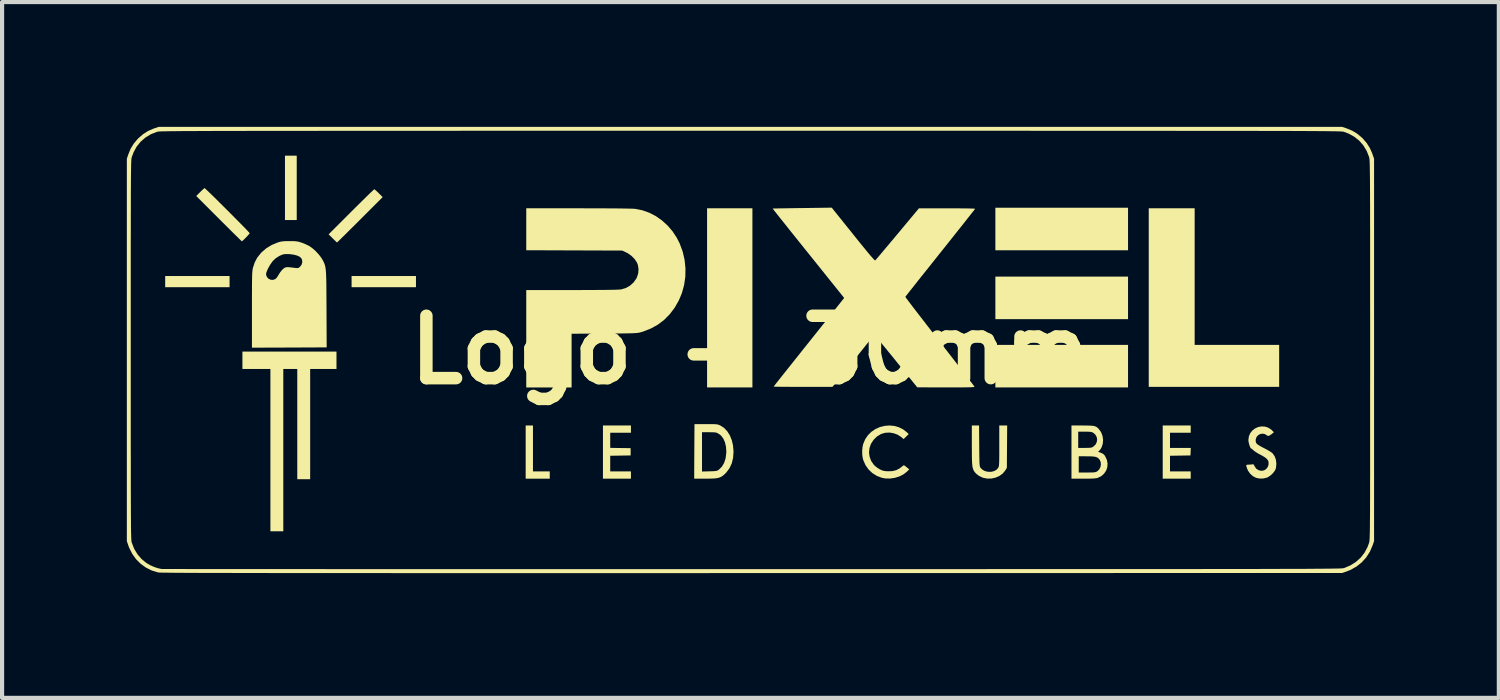
<source format=kicad_pcb>
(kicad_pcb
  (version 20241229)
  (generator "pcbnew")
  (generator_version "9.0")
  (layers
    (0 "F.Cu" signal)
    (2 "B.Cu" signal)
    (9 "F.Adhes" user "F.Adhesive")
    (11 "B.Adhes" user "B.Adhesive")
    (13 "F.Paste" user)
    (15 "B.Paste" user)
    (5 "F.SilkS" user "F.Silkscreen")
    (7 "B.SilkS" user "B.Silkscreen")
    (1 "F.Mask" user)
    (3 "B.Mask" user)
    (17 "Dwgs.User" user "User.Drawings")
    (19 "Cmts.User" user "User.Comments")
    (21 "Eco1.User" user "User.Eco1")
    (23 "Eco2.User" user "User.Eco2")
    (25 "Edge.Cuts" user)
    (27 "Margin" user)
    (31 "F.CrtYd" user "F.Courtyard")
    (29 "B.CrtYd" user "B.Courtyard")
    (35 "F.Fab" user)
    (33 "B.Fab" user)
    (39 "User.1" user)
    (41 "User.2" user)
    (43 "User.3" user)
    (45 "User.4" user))
  (footprint "Logo - 30mm"
    (layer "F.Cu")
    (at 14.988 5.364)
    (property "Reference" "Logo - 30mm" (at 0 0 0) (layer "F.SilkS") (effects (font (size 1.5 1.5) (thickness 0.3))))
    (attr board_only exclude_from_pos_files exclude_from_bom)
    (fp_poly (pts (xy -12.518 -1.642) (xy -12.518 -1.508) (xy -13.292 -1.508) (xy -14.066 -1.508) (xy -14.066 -1.642) (xy -14.066 -1.777) (xy -13.292 -1.777) (xy -12.518 -1.777)) (stroke (width 0) (type solid)) (fill yes) (layer "F.SilkS"))
    (fp_poly (pts (xy -10.903 -3.897) (xy -10.903 -3.123) (xy -11.044 -3.123) (xy -11.186 -3.123) (xy -11.186 -3.897) (xy -11.186 -4.671) (xy -11.044 -4.671) (xy -10.903 -4.671)) (stroke (width 0) (type solid)) (fill yes) (layer "F.SilkS"))
    (fp_poly (pts (xy -8.036 -1.642) (xy -8.036 -1.508) (xy -8.81 -1.508) (xy -9.584 -1.508) (xy -9.584 -1.642) (xy -9.584 -1.777) (xy -8.81 -1.777) (xy -8.036 -1.777)) (stroke (width 0) (type solid)) (fill yes) (layer "F.SilkS"))
    (fp_poly (pts (xy 0.054 -1.252) (xy 0.054 0.902) (xy -0.491 0.902) (xy -1.036 0.902) (xy -1.036 -1.252) (xy -1.036 -3.406) (xy -0.491 -3.406) (xy 0.054 -3.406)) (stroke (width 0) (type solid)) (fill yes) (layer "F.SilkS"))
    (fp_poly (pts (xy 9.086 -2.907) (xy 9.086 -2.396) (xy 7.491 -2.396) (xy 5.896 -2.396) (xy 5.896 -2.907) (xy 5.896 -3.419) (xy 7.491 -3.419) (xy 9.086 -3.419)) (stroke (width 0) (type solid)) (fill yes) (layer "F.SilkS"))
    (fp_poly (pts (xy 9.086 -1.252) (xy 9.086 -0.74) (xy 7.491 -0.74) (xy 5.896 -0.74) (xy 5.896 -1.252) (xy 5.896 -1.763) (xy 7.491 -1.763) (xy 9.086 -1.763)) (stroke (width 0) (type solid)) (fill yes) (layer "F.SilkS"))
    (fp_poly (pts (xy 9.086 0.39) (xy 9.086 0.902) (xy 7.491 0.902) (xy 5.896 0.902) (xy 5.896 0.39) (xy 5.896 -0.121) (xy 7.491 -0.121) (xy 9.086 -0.121)) (stroke (width 0) (type solid)) (fill yes) (layer "F.SilkS"))
    (fp_poly (pts (xy -5.223 2.369) (xy -5.223 2.921) (xy -5.021 2.921) (xy -4.819 2.921) (xy -4.819 3.008) (xy -4.819 3.096) (xy -5.108 3.096) (xy -5.398 3.096) (xy -5.398 2.457) (xy -5.398 1.817) (xy -5.31 1.817) (xy -5.223 1.817)) (stroke (width 0) (type solid)) (fill yes) (layer "F.SilkS"))
    (fp_poly (pts (xy 10.688 -1.763) (xy 10.688 -0.121) (xy 11.704 -0.121) (xy 12.72 -0.121) (xy 12.72 0.384) (xy 12.72 0.888) (xy 11.152 0.888) (xy 9.584 0.888) (xy 9.584 -1.259) (xy 9.584 -3.406) (xy 10.136 -3.406) (xy 10.688 -3.406)) (stroke (width 0) (type solid)) (fill yes) (layer "F.SilkS"))
    (fp_poly (pts (xy -9.947 0.249) (xy -9.947 0.458) (xy -10.264 0.458) (xy -10.58 0.458) (xy -10.58 1.784) (xy -10.58 3.109) (xy -10.735 3.109) (xy -10.89 3.109) (xy -10.89 1.784) (xy -10.89 0.458) (xy -11.058 0.458) (xy -11.226 0.458) (xy -11.226 2.409) (xy -11.226 4.361) (xy -11.381 4.361) (xy -11.536 4.361) (xy -11.536 2.409) (xy -11.536 0.458) (xy -11.872 0.458) (xy -12.209 0.458) (xy -12.209 0.249) (xy -12.209 0.04) (xy -11.078 0.04) (xy -9.947 0.04)) (stroke (width 0) (type solid)) (fill yes) (layer "F.SilkS"))
    (fp_poly (pts (xy -2.867 1.905) (xy -2.867 1.992) (xy -3.116 1.992) (xy -3.365 1.992) (xy -3.365 2.174) (xy -3.365 2.355) (xy -3.119 2.359) (xy -2.874 2.362) (xy -2.874 2.45) (xy -2.874 2.537) (xy -3.119 2.541) (xy -3.365 2.545) (xy -3.365 2.733) (xy -3.365 2.921) (xy -3.116 2.921) (xy -2.867 2.921) (xy -2.867 3.008) (xy -2.867 3.096) (xy -3.204 3.096) (xy -3.54 3.096) (xy -3.54 2.457) (xy -3.54 1.817) (xy -3.204 1.817) (xy -2.867 1.817)) (stroke (width 0) (type solid)) (fill yes) (layer "F.SilkS"))
    (fp_poly (pts (xy 10.593 1.905) (xy 10.593 1.992) (xy 10.344 1.992) (xy 10.095 1.992) (xy 10.095 2.174) (xy 10.095 2.356) (xy 10.345 2.356) (xy 10.595 2.356) (xy 10.591 2.446) (xy 10.587 2.537) (xy 10.341 2.541) (xy 10.095 2.545) (xy 10.095 2.733) (xy 10.095 2.921) (xy 10.344 2.921) (xy 10.593 2.921) (xy 10.593 3.008) (xy 10.593 3.096) (xy 10.257 3.096) (xy 9.92 3.096) (xy 9.92 2.457) (xy 9.92 1.817) (xy 10.257 1.817) (xy 10.593 1.817)) (stroke (width 0) (type solid)) (fill yes) (layer "F.SilkS"))
    (fp_poly (pts (xy -9.024 -3.854) (xy -8.995 -3.83) (xy -8.957 -3.795) (xy -8.931 -3.769) (xy -8.837 -3.674) (xy -9.382 -3.129) (xy -9.482 -3.029) (xy -9.577 -2.935) (xy -9.664 -2.849) (xy -9.741 -2.772) (xy -9.808 -2.706) (xy -9.863 -2.652) (xy -9.903 -2.613) (xy -9.927 -2.59) (xy -9.934 -2.584) (xy -9.946 -2.593) (xy -9.972 -2.618) (xy -10.009 -2.653) (xy -10.038 -2.682) (xy -10.136 -2.78) (xy -9.594 -3.322) (xy -9.494 -3.421) (xy -9.399 -3.515) (xy -9.312 -3.601) (xy -9.234 -3.678) (xy -9.166 -3.744) (xy -9.111 -3.797) (xy -9.07 -3.835) (xy -9.046 -3.858) (xy -9.038 -3.863)) (stroke (width 0) (type solid)) (fill yes) (layer "F.SilkS"))
    (fp_poly (pts (xy -13.106 -3.881) (xy -13.077 -3.854) (xy -13.033 -3.813) (xy -12.977 -3.759) (xy -12.91 -3.694) (xy -12.835 -3.62) (xy -12.754 -3.539) (xy -12.668 -3.454) (xy -12.58 -3.366) (xy -12.492 -3.278) (xy -12.406 -3.191) (xy -12.324 -3.109) (xy -12.248 -3.032) (xy -12.18 -2.963) (xy -12.123 -2.904) (xy -12.078 -2.857) (xy -12.048 -2.824) (xy -12.034 -2.807) (xy -12.034 -2.806) (xy -12.043 -2.792) (xy -12.066 -2.765) (xy -12.098 -2.73) (xy -12.135 -2.692) (xy -12.171 -2.656) (xy -12.201 -2.628) (xy -12.219 -2.613) (xy -12.223 -2.611) (xy -12.233 -2.621) (xy -12.261 -2.647) (xy -12.304 -2.69) (xy -12.361 -2.746) (xy -12.431 -2.814) (xy -12.511 -2.894) (xy -12.599 -2.982) (xy -12.695 -3.077) (xy -12.774 -3.156) (xy -13.319 -3.701) (xy -13.225 -3.796) (xy -13.184 -3.836) (xy -13.149 -3.868) (xy -13.125 -3.887) (xy -13.118 -3.89)) (stroke (width 0) (type solid)) (fill yes) (layer "F.SilkS"))
    (fp_poly (pts (xy 5.508 2.308) (xy 5.509 2.436) (xy 5.51 2.54) (xy 5.512 2.622) (xy 5.513 2.686) (xy 5.515 2.734) (xy 5.518 2.77) (xy 5.522 2.795) (xy 5.527 2.812) (xy 5.533 2.825) (xy 5.54 2.836) (xy 5.54 2.836) (xy 5.59 2.884) (xy 5.653 2.916) (xy 5.724 2.931) (xy 5.797 2.931) (xy 5.865 2.914) (xy 5.924 2.881) (xy 5.963 2.836) (xy 5.97 2.824) (xy 5.976 2.809) (xy 5.98 2.789) (xy 5.984 2.762) (xy 5.986 2.724) (xy 5.988 2.672) (xy 5.989 2.605) (xy 5.99 2.518) (xy 5.99 2.41) (xy 5.99 2.305) (xy 5.99 1.817) (xy 6.085 1.817) (xy 6.18 1.817) (xy 6.176 2.326) (xy 6.172 2.836) (xy 6.131 2.902) (xy 6.072 2.973) (xy 5.994 3.03) (xy 5.903 3.07) (xy 5.805 3.092) (xy 5.703 3.094) (xy 5.603 3.075) (xy 5.591 3.071) (xy 5.503 3.03) (xy 5.43 2.973) (xy 5.397 2.933) (xy 5.38 2.908) (xy 5.367 2.883) (xy 5.356 2.853) (xy 5.347 2.818) (xy 5.341 2.773) (xy 5.336 2.716) (xy 5.333 2.644) (xy 5.331 2.553) (xy 5.331 2.442) (xy 5.33 2.308) (xy 5.33 2.293) (xy 5.33 1.817) (xy 5.417 1.817) (xy 5.504 1.817)) (stroke (width 0) (type solid)) (fill yes) (layer "F.SilkS"))
    (fp_poly (pts (xy -0.971 1.784) (xy -0.9 1.784) (xy -0.848 1.786) (xy -0.809 1.789) (xy -0.78 1.793) (xy -0.756 1.801) (xy -0.732 1.811) (xy -0.711 1.821) (xy -0.625 1.878) (xy -0.55 1.957) (xy -0.489 2.054) (xy -0.443 2.167) (xy -0.413 2.293) (xy -0.401 2.428) (xy -0.4 2.45) (xy -0.411 2.597) (xy -0.443 2.729) (xy -0.497 2.844) (xy -0.572 2.945) (xy -0.608 2.982) (xy -0.648 3.017) (xy -0.686 3.044) (xy -0.726 3.064) (xy -0.772 3.078) (xy -0.828 3.088) (xy -0.899 3.093) (xy -0.989 3.095) (xy -1.086 3.096) (xy -1.346 3.096) (xy -1.343 2.451) (xy -1.158 2.451) (xy -1.158 2.924) (xy -0.978 2.919) (xy -0.905 2.917) (xy -0.853 2.914) (xy -0.818 2.91) (xy -0.792 2.903) (xy -0.771 2.892) (xy -0.75 2.877) (xy -0.748 2.875) (xy -0.678 2.805) (xy -0.626 2.716) (xy -0.591 2.609) (xy -0.575 2.485) (xy -0.573 2.443) (xy -0.582 2.324) (xy -0.607 2.218) (xy -0.647 2.129) (xy -0.702 2.058) (xy -0.767 2.01) (xy -0.795 1.996) (xy -0.823 1.987) (xy -0.858 1.982) (xy -0.907 1.98) (xy -0.974 1.979) (xy -0.991 1.979) (xy -1.158 1.979) (xy -1.158 2.451) (xy -1.343 2.451) (xy -1.343 2.44) (xy -1.339 1.784) (xy -1.063 1.784)) (stroke (width 0) (type solid)) (fill yes) (layer "F.SilkS"))
    (fp_poly (pts (xy 3.465 1.828) (xy 3.578 1.86) (xy 3.684 1.914) (xy 3.774 1.986) (xy 3.812 2.023) (xy 3.751 2.084) (xy 3.69 2.144) (xy 3.633 2.095) (xy 3.549 2.04) (xy 3.453 2.004) (xy 3.351 1.987) (xy 3.249 1.992) (xy 3.154 2.019) (xy 3.146 2.023) (xy 3.048 2.082) (xy 2.967 2.162) (xy 2.904 2.259) (xy 2.904 2.259) (xy 2.869 2.361) (xy 2.858 2.466) (xy 2.872 2.57) (xy 2.91 2.67) (xy 2.972 2.76) (xy 2.98 2.769) (xy 3.018 2.804) (xy 3.069 2.841) (xy 3.112 2.868) (xy 3.161 2.892) (xy 3.203 2.906) (xy 3.251 2.914) (xy 3.311 2.918) (xy 3.42 2.914) (xy 3.513 2.891) (xy 3.595 2.848) (xy 3.631 2.82) (xy 3.663 2.794) (xy 3.688 2.777) (xy 3.696 2.773) (xy 3.711 2.781) (xy 3.739 2.801) (xy 3.765 2.822) (xy 3.825 2.871) (xy 3.775 2.922) (xy 3.691 2.989) (xy 3.591 3.041) (xy 3.479 3.076) (xy 3.362 3.093) (xy 3.246 3.09) (xy 3.167 3.075) (xy 3.046 3.029) (xy 2.938 2.961) (xy 2.846 2.874) (xy 2.773 2.77) (xy 2.721 2.652) (xy 2.71 2.618) (xy 2.696 2.53) (xy 2.693 2.431) (xy 2.702 2.332) (xy 2.719 2.259) (xy 2.767 2.146) (xy 2.834 2.048) (xy 2.918 1.966) (xy 3.015 1.901) (xy 3.121 1.854) (xy 3.234 1.826) (xy 3.35 1.817)) (stroke (width 0) (type solid)) (fill yes) (layer "F.SilkS"))
    (fp_poly (pts (xy -3.896 -3.405) (xy -3.682 -3.405) (xy -3.488 -3.404) (xy -3.314 -3.403) (xy -3.162 -3.402) (xy -3.032 -3.4) (xy -2.925 -3.398) (xy -2.843 -3.396) (xy -2.786 -3.394) (xy -2.759 -3.391) (xy -2.589 -3.357) (xy -2.424 -3.298) (xy -2.266 -3.216) (xy -2.119 -3.112) (xy -1.985 -2.99) (xy -1.865 -2.85) (xy -1.763 -2.694) (xy -1.695 -2.56) (xy -1.623 -2.366) (xy -1.577 -2.167) (xy -1.556 -1.964) (xy -1.559 -1.762) (xy -1.588 -1.563) (xy -1.641 -1.368) (xy -1.715 -1.191) (xy -1.816 -1.014) (xy -1.934 -0.858) (xy -2.069 -0.722) (xy -2.221 -0.607) (xy -2.389 -0.514) (xy -2.572 -0.442) (xy -2.623 -0.427) (xy -2.645 -0.421) (xy -2.668 -0.416) (xy -2.693 -0.411) (xy -2.722 -0.408) (xy -2.758 -0.405) (xy -2.804 -0.402) (xy -2.861 -0.4) (xy -2.931 -0.399) (xy -3.018 -0.397) (xy -3.123 -0.396) (xy -3.249 -0.395) (xy -3.398 -0.394) (xy -3.51 -0.394) (xy -4.294 -0.389) (xy -4.294 0.256) (xy -4.294 0.902) (xy -4.839 0.902) (xy -5.384 0.902) (xy -5.384 -0.269) (xy -5.384 -1.44) (xy -4.283 -1.44) (xy -4.044 -1.44) (xy -3.832 -1.441) (xy -3.646 -1.442) (xy -3.488 -1.443) (xy -3.356 -1.445) (xy -3.252 -1.447) (xy -3.174 -1.45) (xy -3.122 -1.453) (xy -3.102 -1.455) (xy -2.991 -1.488) (xy -2.891 -1.544) (xy -2.806 -1.62) (xy -2.739 -1.713) (xy -2.722 -1.748) (xy -2.692 -1.842) (xy -2.684 -1.942) (xy -2.699 -2.04) (xy -2.723 -2.102) (xy -2.777 -2.184) (xy -2.852 -2.26) (xy -2.942 -2.324) (xy -2.985 -2.346) (xy -3.076 -2.389) (xy -4.23 -2.393) (xy -5.384 -2.397) (xy -5.384 -2.901) (xy -5.384 -3.406) (xy -4.129 -3.406)) (stroke (width 0) (type solid)) (fill yes) (layer "F.SilkS"))
    (fp_poly (pts (xy 8.091 1.818) (xy 8.169 1.82) (xy 8.229 1.824) (xy 8.275 1.831) (xy 8.309 1.843) (xy 8.338 1.859) (xy 8.364 1.882) (xy 8.382 1.9) (xy 8.437 1.976) (xy 8.472 2.066) (xy 8.486 2.162) (xy 8.478 2.258) (xy 8.449 2.345) (xy 8.425 2.387) (xy 8.399 2.419) (xy 8.383 2.432) (xy 8.369 2.44) (xy 8.371 2.448) (xy 8.392 2.459) (xy 8.426 2.471) (xy 8.475 2.493) (xy 8.51 2.52) (xy 8.536 2.556) (xy 8.577 2.643) (xy 8.594 2.733) (xy 8.587 2.821) (xy 8.559 2.904) (xy 8.509 2.976) (xy 8.441 3.036) (xy 8.36 3.075) (xy 8.332 3.083) (xy 8.295 3.088) (xy 8.245 3.092) (xy 8.177 3.095) (xy 8.089 3.096) (xy 8.014 3.096) (xy 7.726 3.096) (xy 7.726 2.753) (xy 7.901 2.753) (xy 7.901 2.948) (xy 8.1 2.948) (xy 8.179 2.947) (xy 8.237 2.946) (xy 8.277 2.943) (xy 8.306 2.937) (xy 8.328 2.929) (xy 8.343 2.921) (xy 8.39 2.877) (xy 8.421 2.82) (xy 8.434 2.755) (xy 8.427 2.691) (xy 8.402 2.639) (xy 8.376 2.609) (xy 8.346 2.587) (xy 8.307 2.572) (xy 8.254 2.563) (xy 8.183 2.559) (xy 8.093 2.558) (xy 7.901 2.557) (xy 7.901 2.753) (xy 7.726 2.753) (xy 7.726 2.457) (xy 7.726 2.16) (xy 7.888 2.16) (xy 7.888 2.356) (xy 8.047 2.356) (xy 8.117 2.355) (xy 8.166 2.353) (xy 8.2 2.349) (xy 8.225 2.341) (xy 8.246 2.329) (xy 8.251 2.325) (xy 8.304 2.276) (xy 8.334 2.216) (xy 8.343 2.153) (xy 8.331 2.09) (xy 8.297 2.033) (xy 8.248 1.992) (xy 8.225 1.98) (xy 8.197 1.972) (xy 8.159 1.968) (xy 8.105 1.966) (xy 8.046 1.965) (xy 7.888 1.965) (xy 7.888 2.16) (xy 7.726 2.16) (xy 7.726 1.817) (xy 7.989 1.817)) (stroke (width 0) (type solid)) (fill yes) (layer "F.SilkS"))
    (fp_poly (pts (xy 12.373 1.843) (xy 12.451 1.866) (xy 12.524 1.912) (xy 12.552 1.938) (xy 12.592 1.981) (xy 12.553 2.012) (xy 12.506 2.048) (xy 12.472 2.065) (xy 12.447 2.067) (xy 12.426 2.055) (xy 12.373 2.022) (xy 12.316 2.013) (xy 12.26 2.024) (xy 12.212 2.052) (xy 12.175 2.096) (xy 12.156 2.153) (xy 12.155 2.174) (xy 12.157 2.206) (xy 12.165 2.233) (xy 12.183 2.258) (xy 12.214 2.283) (xy 12.262 2.312) (xy 12.329 2.348) (xy 12.37 2.369) (xy 12.433 2.402) (xy 12.489 2.435) (xy 12.534 2.464) (xy 12.561 2.485) (xy 12.561 2.486) (xy 12.611 2.556) (xy 12.642 2.642) (xy 12.653 2.735) (xy 12.644 2.83) (xy 12.637 2.859) (xy 12.61 2.913) (xy 12.565 2.969) (xy 12.509 3.021) (xy 12.45 3.06) (xy 12.418 3.073) (xy 12.332 3.092) (xy 12.241 3.092) (xy 12.161 3.074) (xy 12.087 3.035) (xy 12.021 2.975) (xy 11.969 2.9) (xy 11.936 2.817) (xy 11.933 2.803) (xy 11.929 2.775) (xy 11.935 2.763) (xy 11.96 2.76) (xy 11.977 2.759) (xy 12.023 2.757) (xy 12.065 2.753) (xy 12.069 2.752) (xy 12.094 2.75) (xy 12.111 2.76) (xy 12.126 2.789) (xy 12.13 2.799) (xy 12.167 2.854) (xy 12.221 2.891) (xy 12.288 2.907) (xy 12.3 2.907) (xy 12.359 2.895) (xy 12.409 2.862) (xy 12.446 2.813) (xy 12.465 2.755) (xy 12.464 2.692) (xy 12.462 2.683) (xy 12.444 2.645) (xy 12.409 2.607) (xy 12.353 2.567) (xy 12.275 2.523) (xy 12.262 2.517) (xy 12.206 2.486) (xy 12.152 2.452) (xy 12.111 2.422) (xy 12.106 2.417) (xy 12.075 2.39) (xy 12.052 2.373) (xy 12.045 2.369) (xy 12.032 2.357) (xy 12.017 2.325) (xy 12.002 2.282) (xy 11.989 2.233) (xy 11.981 2.187) (xy 11.98 2.164) (xy 11.992 2.077) (xy 12.025 2.001) (xy 12.075 1.938) (xy 12.139 1.889) (xy 12.213 1.855) (xy 12.292 1.84)) (stroke (width 0) (type solid)) (fill yes) (layer "F.SilkS"))
    (fp_poly (pts (xy -11 -2.616) (xy -10.941 -2.614) (xy -10.894 -2.608) (xy -10.851 -2.6) (xy -10.806 -2.586) (xy -10.789 -2.581) (xy -10.723 -2.556) (xy -10.655 -2.525) (xy -10.597 -2.495) (xy -10.595 -2.494) (xy -10.524 -2.443) (xy -10.449 -2.377) (xy -10.378 -2.301) (xy -10.317 -2.223) (xy -10.273 -2.151) (xy -10.273 -2.151) (xy -10.258 -2.12) (xy -10.245 -2.091) (xy -10.233 -2.063) (xy -10.224 -2.033) (xy -10.216 -1.999) (xy -10.209 -1.96) (xy -10.204 -1.912) (xy -10.199 -1.855) (xy -10.196 -1.785) (xy -10.193 -1.701) (xy -10.191 -1.601) (xy -10.19 -1.482) (xy -10.189 -1.343) (xy -10.188 -1.182) (xy -10.187 -0.995) (xy -10.187 -0.983) (xy -10.183 -0.061) (xy -11.081 -0.057) (xy -11.98 -0.054) (xy -11.98 -0.967) (xy -11.98 -1.147) (xy -11.98 -1.302) (xy -11.979 -1.434) (xy -11.979 -1.546) (xy -11.978 -1.639) (xy -11.977 -1.716) (xy -11.976 -1.779) (xy -11.974 -1.815) (xy -11.64 -1.815) (xy -11.638 -1.799) (xy -11.616 -1.748) (xy -11.577 -1.709) (xy -11.527 -1.687) (xy -11.473 -1.684) (xy -11.422 -1.702) (xy -11.41 -1.71) (xy -11.385 -1.736) (xy -11.356 -1.778) (xy -11.332 -1.819) (xy -11.298 -1.871) (xy -11.258 -1.921) (xy -11.23 -1.948) (xy -11.206 -1.967) (xy -11.183 -1.98) (xy -11.157 -1.988) (xy -11.124 -1.99) (xy -11.078 -1.988) (xy -11.015 -1.981) (xy -10.935 -1.971) (xy -10.892 -1.967) (xy -10.864 -1.972) (xy -10.838 -1.988) (xy -10.823 -2.001) (xy -10.786 -2.05) (xy -10.769 -2.107) (xy -10.775 -2.166) (xy -10.794 -2.206) (xy -10.833 -2.241) (xy -10.894 -2.269) (xy -10.971 -2.29) (xy -11.061 -2.302) (xy -11.114 -2.305) (xy -11.173 -2.305) (xy -11.216 -2.3) (xy -11.255 -2.289) (xy -11.302 -2.268) (xy -11.323 -2.258) (xy -11.406 -2.206) (xy -11.479 -2.137) (xy -11.543 -2.048) (xy -11.598 -1.947) (xy -11.623 -1.889) (xy -11.637 -1.848) (xy -11.64 -1.815) (xy -11.974 -1.815) (xy -11.974 -1.83) (xy -11.971 -1.87) (xy -11.968 -1.903) (xy -11.965 -1.93) (xy -11.961 -1.953) (xy -11.956 -1.974) (xy -11.953 -1.984) (xy -11.911 -2.109) (xy -11.852 -2.22) (xy -11.77 -2.322) (xy -11.744 -2.35) (xy -11.631 -2.447) (xy -11.504 -2.524) (xy -11.363 -2.582) (xy -11.316 -2.597) (xy -11.274 -2.606) (xy -11.229 -2.612) (xy -11.173 -2.615) (xy -11.1 -2.616) (xy -11.078 -2.616)) (stroke (width 0) (type solid)) (fill yes) (layer "F.SilkS"))
    (fp_poly (pts (xy 2.476 -2.78) (xy 2.587 -2.641) (xy 2.683 -2.522) (xy 2.765 -2.423) (xy 2.832 -2.34) (xy 2.887 -2.275) (xy 2.931 -2.225) (xy 2.964 -2.188) (xy 2.987 -2.165) (xy 3.001 -2.154) (xy 3.008 -2.153) (xy 3.019 -2.166) (xy 3.046 -2.197) (xy 3.088 -2.246) (xy 3.142 -2.309) (xy 3.206 -2.386) (xy 3.281 -2.475) (xy 3.363 -2.573) (xy 3.452 -2.678) (xy 3.542 -2.786) (xy 4.058 -3.405) (xy 4.736 -3.405) (xy 4.888 -3.405) (xy 5.024 -3.404) (xy 5.142 -3.403) (xy 5.241 -3.402) (xy 5.318 -3.4) (xy 5.373 -3.398) (xy 5.403 -3.395) (xy 5.409 -3.393) (xy 5.4 -3.381) (xy 5.376 -3.349) (xy 5.336 -3.299) (xy 5.284 -3.233) (xy 5.219 -3.151) (xy 5.144 -3.055) (xy 5.058 -2.947) (xy 4.963 -2.828) (xy 4.861 -2.699) (xy 4.752 -2.562) (xy 4.638 -2.419) (xy 4.57 -2.334) (xy 4.453 -2.187) (xy 4.341 -2.046) (xy 4.235 -1.913) (xy 4.135 -1.788) (xy 4.044 -1.674) (xy 3.963 -1.571) (xy 3.892 -1.481) (xy 3.832 -1.406) (xy 3.785 -1.346) (xy 3.752 -1.304) (xy 3.734 -1.281) (xy 3.731 -1.277) (xy 3.739 -1.265) (xy 3.761 -1.233) (xy 3.799 -1.183) (xy 3.849 -1.117) (xy 3.912 -1.034) (xy 3.986 -0.938) (xy 4.07 -0.829) (xy 4.163 -0.709) (xy 4.263 -0.579) (xy 4.37 -0.441) (xy 4.483 -0.296) (xy 4.556 -0.202) (xy 4.672 -0.053) (xy 4.783 0.09) (xy 4.889 0.226) (xy 4.987 0.353) (xy 5.078 0.47) (xy 5.159 0.575) (xy 5.23 0.667) (xy 5.29 0.745) (xy 5.337 0.807) (xy 5.37 0.851) (xy 5.389 0.876) (xy 5.393 0.882) (xy 5.392 0.887) (xy 5.384 0.89) (xy 5.367 0.893) (xy 5.339 0.896) (xy 5.297 0.898) (xy 5.241 0.899) (xy 5.167 0.9) (xy 5.074 0.901) (xy 4.959 0.901) (xy 4.821 0.901) (xy 4.709 0.901) (xy 4.018 0.9) (xy 3.507 0.268) (xy 3.416 0.155) (xy 3.329 0.049) (xy 3.249 -0.049) (xy 3.177 -0.137) (xy 3.114 -0.213) (xy 3.062 -0.275) (xy 3.022 -0.321) (xy 2.997 -0.35) (xy 2.986 -0.36) (xy 2.986 -0.36) (xy 2.976 -0.349) (xy 2.951 -0.319) (xy 2.912 -0.272) (xy 2.861 -0.209) (xy 2.799 -0.133) (xy 2.729 -0.045) (xy 2.651 0.052) (xy 2.567 0.157) (xy 2.51 0.229) (xy 2.422 0.339) (xy 2.338 0.444) (xy 2.26 0.541) (xy 2.19 0.629) (xy 2.129 0.705) (xy 2.079 0.768) (xy 2.041 0.814) (xy 2.018 0.843) (xy 2.011 0.851) (xy 1.978 0.888) (xy 1.272 0.888) (xy 1.137 0.888) (xy 1.01 0.888) (xy 0.895 0.887) (xy 0.792 0.887) (xy 0.706 0.886) (xy 0.638 0.885) (xy 0.591 0.884) (xy 0.568 0.882) (xy 0.565 0.882) (xy 0.574 0.871) (xy 0.597 0.84) (xy 0.635 0.791) (xy 0.686 0.727) (xy 0.749 0.647) (xy 0.822 0.555) (xy 0.905 0.451) (xy 0.996 0.337) (xy 1.093 0.215) (xy 1.196 0.086) (xy 1.234 0.037) (xy 1.344 -0.1) (xy 1.453 -0.237) (xy 1.559 -0.37) (xy 1.661 -0.498) (xy 1.756 -0.617) (xy 1.844 -0.727) (xy 1.922 -0.825) (xy 1.988 -0.908) (xy 2.042 -0.975) (xy 2.08 -1.023) (xy 2.082 -1.025) (xy 2.26 -1.25) (xy 1.399 -2.323) (xy 1.28 -2.471) (xy 1.166 -2.613) (xy 1.058 -2.748) (xy 0.957 -2.874) (xy 0.865 -2.99) (xy 0.782 -3.094) (xy 0.709 -3.185) (xy 0.648 -3.262) (xy 0.6 -3.323) (xy 0.565 -3.367) (xy 0.546 -3.393) (xy 0.541 -3.399) (xy 0.555 -3.4) (xy 0.593 -3.401) (xy 0.653 -3.402) (xy 0.733 -3.404) (xy 0.829 -3.405) (xy 0.94 -3.407) (xy 1.063 -3.409) (xy 1.195 -3.411) (xy 1.253 -3.411) (xy 1.961 -3.421)) (stroke (width 0) (type solid)) (fill yes) (layer "F.SilkS"))
    (fp_poly (pts (xy 14.342 -5.327) (xy 14.477 -5.271) (xy 14.596 -5.199) (xy 14.708 -5.106) (xy 14.726 -5.088) (xy 14.823 -4.977) (xy 14.898 -4.86) (xy 14.957 -4.728) (xy 14.965 -4.704) (xy 15.002 -4.597) (xy 15.002 0) (xy 15.002 4.597) (xy 14.966 4.701) (xy 14.901 4.852) (xy 14.814 4.988) (xy 14.707 5.107) (xy 14.582 5.207) (xy 14.441 5.287) (xy 14.339 5.328) (xy 14.234 5.364) (xy 0.04 5.366) (xy -0.72 5.366) (xy -1.454 5.367) (xy -2.162 5.367) (xy -2.844 5.367) (xy -3.501 5.367) (xy -4.134 5.367) (xy -4.742 5.367) (xy -5.326 5.367) (xy -5.887 5.367) (xy -6.425 5.367) (xy -6.941 5.367) (xy -7.434 5.367) (xy -7.906 5.367) (xy -8.356 5.367) (xy -8.786 5.366) (xy -9.196 5.366) (xy -9.586 5.366) (xy -9.956 5.366) (xy -10.307 5.366) (xy -10.64 5.366) (xy -10.955 5.365) (xy -11.252 5.365) (xy -11.532 5.365) (xy -11.795 5.364) (xy -12.042 5.364) (xy -12.273 5.364) (xy -12.488 5.363) (xy -12.689 5.363) (xy -12.875 5.363) (xy -13.047 5.362) (xy -13.205 5.362) (xy -13.35 5.361) (xy -13.482 5.36) (xy -13.602 5.36) (xy -13.71 5.359) (xy -13.806 5.359) (xy -13.891 5.358) (xy -13.966 5.357) (xy -14.031 5.356) (xy -14.086 5.356) (xy -14.132 5.355) (xy -14.169 5.354) (xy -14.197 5.353) (xy -14.218 5.352) (xy -14.231 5.351) (xy -14.236 5.351) (xy -14.388 5.304) (xy -14.529 5.234) (xy -14.655 5.143) (xy -14.766 5.033) (xy -14.858 4.904) (xy -14.931 4.76) (xy -14.953 4.701) (xy -14.988 4.597) (xy -14.988 0) (xy -14.894 0) (xy -14.894 0.416) (xy -14.894 0.806) (xy -14.894 1.171) (xy -14.894 1.512) (xy -14.894 1.829) (xy -14.894 2.123) (xy -14.894 2.396) (xy -14.893 2.647) (xy -14.893 2.879) (xy -14.893 3.092) (xy -14.893 3.286) (xy -14.892 3.462) (xy -14.892 3.622) (xy -14.891 3.767) (xy -14.891 3.896) (xy -14.89 4.011) (xy -14.889 4.113) (xy -14.889 4.203) (xy -14.888 4.282) (xy -14.887 4.349) (xy -14.886 4.407) (xy -14.884 4.456) (xy -14.883 4.497) (xy -14.882 4.531) (xy -14.88 4.559) (xy -14.879 4.581) (xy -14.877 4.598) (xy -14.875 4.612) (xy -14.873 4.623) (xy -14.871 4.632) (xy -14.869 4.636) (xy -14.811 4.783) (xy -14.733 4.913) (xy -14.635 5.027) (xy -14.521 5.121) (xy -14.429 5.175) (xy -14.338 5.216) (xy -14.244 5.248) (xy -14.159 5.266) (xy -14.154 5.267) (xy -14.139 5.267) (xy -14.097 5.268) (xy -14.03 5.268) (xy -13.937 5.268) (xy -13.82 5.268) (xy -13.679 5.268) (xy -13.514 5.269) (xy -13.326 5.269) (xy -13.115 5.269) (xy -12.883 5.269) (xy -12.629 5.269) (xy -12.355 5.27) (xy -12.06 5.27) (xy -11.746 5.27) (xy -11.412 5.27) (xy -11.06 5.27) (xy -10.69 5.27) (xy -10.303 5.27) (xy -9.898 5.271) (xy -9.478 5.271) (xy -9.041 5.271) (xy -8.59 5.271) (xy -8.123 5.271) (xy -7.643 5.271) (xy -7.149 5.271) (xy -6.642 5.271) (xy -6.123 5.271) (xy -5.592 5.271) (xy -5.049 5.271) (xy -4.496 5.271) (xy -3.933 5.271) (xy -3.36 5.271) (xy -2.777 5.271) (xy -2.187 5.271) (xy -1.588 5.271) (xy -0.982 5.271) (xy -0.369 5.271) (xy 0.047 5.271) (xy 0.79 5.271) (xy 1.507 5.271) (xy 2.198 5.271) (xy 2.863 5.271) (xy 3.503 5.271) (xy 4.119 5.271) (xy 4.711 5.271) (xy 5.279 5.271) (xy 5.824 5.27) (xy 6.347 5.27) (xy 6.847 5.27) (xy 7.326 5.27) (xy 7.784 5.27) (xy 8.221 5.27) (xy 8.637 5.27) (xy 9.034 5.27) (xy 9.412 5.269) (xy 9.771 5.269) (xy 10.112 5.269) (xy 10.435 5.269) (xy 10.741 5.269) (xy 11.03 5.268) (xy 11.303 5.268) (xy 11.56 5.268) (xy 11.801 5.267) (xy 12.028 5.267) (xy 12.24 5.267) (xy 12.438 5.266) (xy 12.623 5.266) (xy 12.794 5.265) (xy 12.954 5.265) (xy 13.101 5.265) (xy 13.237 5.264) (xy 13.362 5.264) (xy 13.476 5.263) (xy 13.58 5.262) (xy 13.674 5.262) (xy 13.76 5.261) (xy 13.837 5.26) (xy 13.905 5.26) (xy 13.966 5.259) (xy 14.02 5.258) (xy 14.067 5.257) (xy 14.108 5.256) (xy 14.143 5.256) (xy 14.172 5.255) (xy 14.197 5.254) (xy 14.218 5.253) (xy 14.235 5.252) (xy 14.249 5.25) (xy 14.259 5.249) (xy 14.268 5.248) (xy 14.274 5.247) (xy 14.279 5.246) (xy 14.282 5.245) (xy 14.433 5.181) (xy 14.565 5.098) (xy 14.679 4.996) (xy 14.772 4.876) (xy 14.845 4.739) (xy 14.883 4.636) (xy 14.885 4.628) (xy 14.887 4.619) (xy 14.889 4.607) (xy 14.891 4.592) (xy 14.893 4.573) (xy 14.894 4.548) (xy 14.896 4.518) (xy 14.897 4.482) (xy 14.898 4.438) (xy 14.9 4.385) (xy 14.901 4.323) (xy 14.902 4.251) (xy 14.902 4.169) (xy 14.903 4.074) (xy 14.904 3.967) (xy 14.905 3.846) (xy 14.905 3.711) (xy 14.906 3.56) (xy 14.906 3.393) (xy 14.906 3.21) (xy 14.907 3.008) (xy 14.907 2.788) (xy 14.907 2.549) (xy 14.907 2.289) (xy 14.907 2.007) (xy 14.907 1.704) (xy 14.907 1.378) (xy 14.907 1.028) (xy 14.908 0.653) (xy 14.908 0.252) (xy 14.908 0) (xy 14.908 -0.416) (xy 14.908 -0.806) (xy 14.907 -1.171) (xy 14.907 -1.511) (xy 14.907 -1.828) (xy 14.907 -2.123) (xy 14.907 -2.395) (xy 14.907 -2.647) (xy 14.907 -2.879) (xy 14.906 -3.091) (xy 14.906 -3.285) (xy 14.906 -3.462) (xy 14.905 -3.622) (xy 14.905 -3.766) (xy 14.904 -3.895) (xy 14.904 -4.011) (xy 14.903 -4.113) (xy 14.902 -4.202) (xy 14.901 -4.281) (xy 14.9 -4.349) (xy 14.899 -4.407) (xy 14.898 -4.456) (xy 14.897 -4.497) (xy 14.895 -4.531) (xy 14.894 -4.558) (xy 14.892 -4.58) (xy 14.89 -4.598) (xy 14.888 -4.612) (xy 14.886 -4.623) (xy 14.884 -4.632) (xy 14.883 -4.637) (xy 14.824 -4.786) (xy 14.744 -4.918) (xy 14.645 -5.032) (xy 14.527 -5.126) (xy 14.391 -5.201) (xy 14.275 -5.245) (xy 14.27 -5.246) (xy 14.264 -5.247) (xy 14.257 -5.249) (xy 14.247 -5.25) (xy 14.234 -5.251) (xy 14.219 -5.252) (xy 14.2 -5.253) (xy 14.177 -5.254) (xy 14.149 -5.255) (xy 14.116 -5.256) (xy 14.078 -5.257) (xy 14.034 -5.258) (xy 13.983 -5.258) (xy 13.925 -5.259) (xy 13.86 -5.26) (xy 13.787 -5.261) (xy 13.706 -5.261) (xy 13.616 -5.262) (xy 13.516 -5.263) (xy 13.406 -5.263) (xy 13.286 -5.264) (xy 13.156 -5.264) (xy 13.014 -5.265) (xy 12.86 -5.265) (xy 12.694 -5.266) (xy 12.516 -5.266) (xy 12.324 -5.266) (xy 12.118 -5.267) (xy 11.898 -5.267) (xy 11.664 -5.267) (xy 11.414 -5.268) (xy 11.149 -5.268) (xy 10.868 -5.268) (xy 10.57 -5.268) (xy 10.255 -5.268) (xy 9.923 -5.269) (xy 9.572 -5.269) (xy 9.204 -5.269) (xy 8.816 -5.269) (xy 8.408 -5.269) (xy 7.981 -5.269) (xy 7.533 -5.269) (xy 7.065 -5.269) (xy 6.575 -5.27) (xy 6.063 -5.27) (xy 5.529 -5.27) (xy 4.971 -5.27) (xy 4.391 -5.27) (xy 3.787 -5.27) (xy 3.159 -5.27) (xy 2.505 -5.27) (xy 1.827 -5.27) (xy 1.123 -5.27) (xy 0.393 -5.27) (xy 0.007 -5.27) (xy -0.737 -5.27) (xy -1.455 -5.27) (xy -2.146 -5.27) (xy -2.812 -5.27) (xy -3.453 -5.27) (xy -4.07 -5.27) (xy -4.663 -5.27) (xy -5.232 -5.27) (xy -5.777 -5.27) (xy -6.301 -5.27) (xy -6.802 -5.27) (xy -7.282 -5.269) (xy -7.74 -5.269) (xy -8.178 -5.269) (xy -8.595 -5.269) (xy -8.993 -5.269) (xy -9.372 -5.269) (xy -9.732 -5.269) (xy -10.073 -5.269) (xy -10.397 -5.268) (xy -10.704 -5.268) (xy -10.993 -5.268) (xy -11.267 -5.268) (xy -11.524 -5.267) (xy -11.766 -5.267) (xy -11.993 -5.267) (xy -12.206 -5.266) (xy -12.405 -5.266) (xy -12.591 -5.266) (xy -12.763 -5.265) (xy -12.923 -5.265) (xy -13.071 -5.264) (xy -13.207 -5.264) (xy -13.333 -5.263) (xy -13.447 -5.263) (xy -13.552 -5.262) (xy -13.647 -5.262) (xy -13.733 -5.261) (xy -13.81 -5.26) (xy -13.879 -5.26) (xy -13.941 -5.259) (xy -13.995 -5.258) (xy -14.043 -5.257) (xy -14.084 -5.256) (xy -14.119 -5.256) (xy -14.15 -5.255) (xy -14.175 -5.254) (xy -14.196 -5.253) (xy -14.213 -5.252) (xy -14.227 -5.25) (xy -14.238 -5.249) (xy -14.247 -5.248) (xy -14.254 -5.247) (xy -14.259 -5.246) (xy -14.261 -5.245) (xy -14.411 -5.186) (xy -14.542 -5.106) (xy -14.656 -5.007) (xy -14.751 -4.89) (xy -14.825 -4.754) (xy -14.869 -4.637) (xy -14.871 -4.629) (xy -14.874 -4.62) (xy -14.876 -4.608) (xy -14.877 -4.593) (xy -14.879 -4.574) (xy -14.881 -4.551) (xy -14.882 -4.521) (xy -14.884 -4.485) (xy -14.885 -4.442) (xy -14.886 -4.39) (xy -14.887 -4.329) (xy -14.888 -4.258) (xy -14.889 -4.177) (xy -14.89 -4.083) (xy -14.89 -3.977) (xy -14.891 -3.858) (xy -14.892 -3.724) (xy -14.892 -3.575) (xy -14.892 -3.41) (xy -14.893 -3.228) (xy -14.893 -3.029) (xy -14.893 -2.811) (xy -14.894 -2.573) (xy -14.894 -2.315) (xy -14.894 -2.036) (xy -14.894 -1.735) (xy -14.894 -1.411) (xy -14.894 -1.064) (xy -14.894 -0.691) (xy -14.894 -0.294) (xy -14.894 0) (xy -14.988 0) (xy -14.988 -4.597) (xy -14.952 -4.704) (xy -14.896 -4.84) (xy -14.823 -4.959) (xy -14.73 -5.07) (xy -14.712 -5.088) (xy -14.602 -5.185) (xy -14.484 -5.261) (xy -14.352 -5.319) (xy -14.329 -5.327) (xy -14.221 -5.364) (xy 0.007 -5.364) (xy 14.234 -5.364)) (stroke (width 0) (type solid)) (fill yes) (layer "F.SilkS")))
  (gr_rect
    (start -3 -3)
    (end 32.99 13.731)
    (stroke (width 0.1) (type default))
    (fill no)
    (layer "Edge.Cuts")))
</source>
